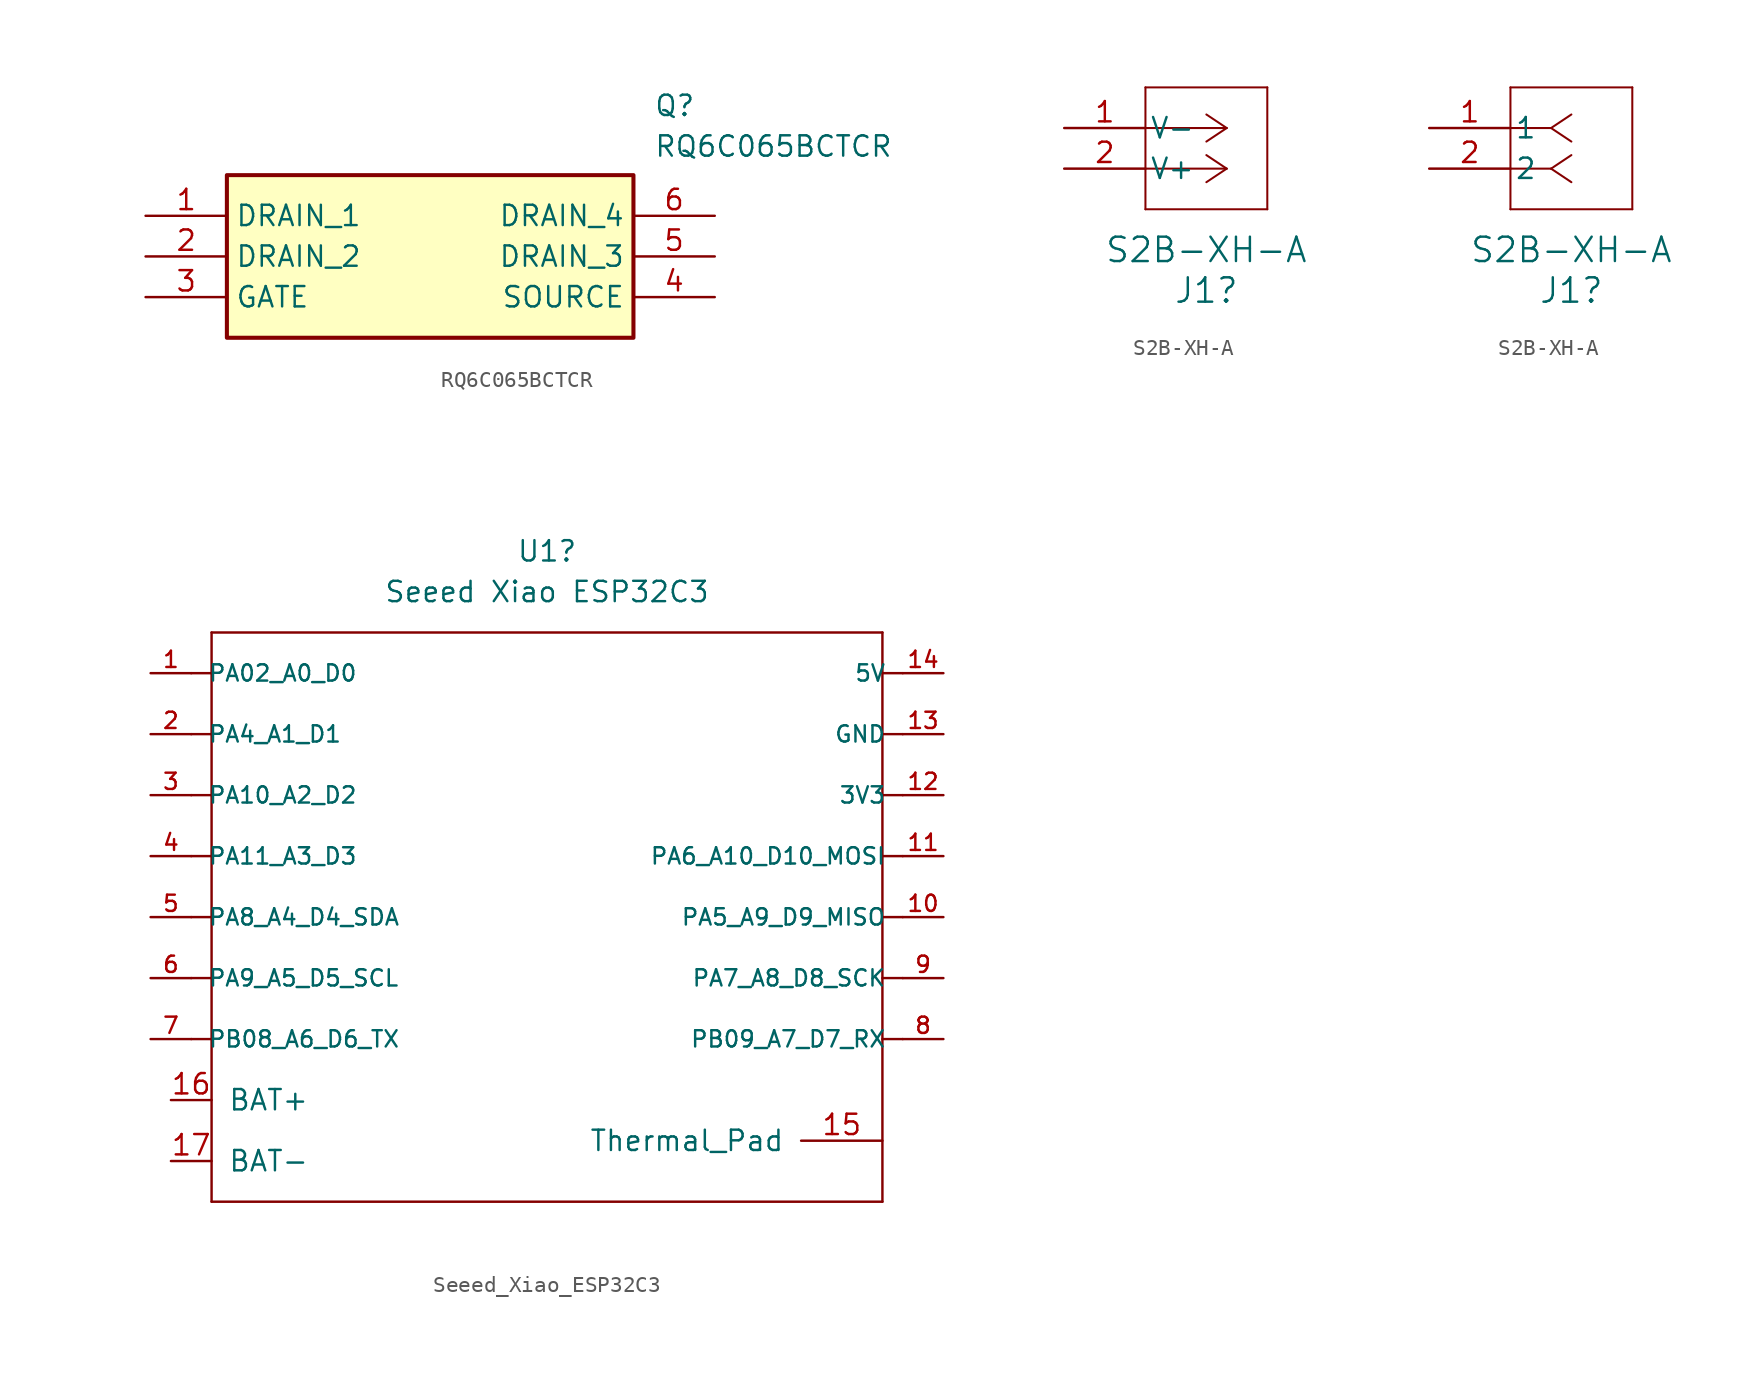
<source format=kicad_sym>
(kicad_symbol_lib
  (version 20231120)
  (generator "kicad_symbol_editor")
  (generator_version "8.0")
  (symbol "RQ6C065BCTCR"
    (property "Reference" "Q"
      (at 31.75 7.62 0)
      (effects (font (size 1.27 1.27)) (justify left top)))
    (property "Value" "RQ6C065BCTCR"
      (at 31.75 5.08 0)
      (effects (font (size 1.27 1.27)) (justify left top)))
    (symbol "RQ6C065BCTCR_1_1"
      (rectangle (start 5.08 2.54) (end 30.48 -7.62) (stroke (width 0.254) (type default)) (fill (type background)))
      (pin passive line (at 0 0 0) (length 5.08) (name "DRAIN_1" (effects (font (size 1.27 1.27)))) (number "1" (effects (font (size 1.27 1.27)))))
      (pin passive line (at 0 -2.54 0) (length 5.08) (name "DRAIN_2" (effects (font (size 1.27 1.27)))) (number "2" (effects (font (size 1.27 1.27)))))
      (pin passive line (at 0 -5.08 0) (length 5.08) (name "GATE" (effects (font (size 1.27 1.27)))) (number "3" (effects (font (size 1.27 1.27)))))
      (pin passive line (at 35.56 -5.08 180) (length 5.08) (name "SOURCE" (effects (font (size 1.27 1.27)))) (number "4" (effects (font (size 1.27 1.27)))))
      (pin passive line (at 35.56 -2.54 180) (length 5.08) (name "DRAIN_3" (effects (font (size 1.27 1.27)))) (number "5" (effects (font (size 1.27 1.27)))))
      (pin passive line (at 35.56 0 180) (length 5.08) (name "DRAIN_4" (effects (font (size 1.27 1.27)))) (number "6" (effects (font (size 1.27 1.27)))))))
  (symbol "S2B-XH-A"
    (pin_names
      (offset 0.254))
    (property "Reference" "J1"
      (at 8.89 -10.16 0)
      (effects (font (size 1.524 1.524))))
    (property "Value" "S2B-XH-A"
      (at 8.89 -7.62 0)
      (effects (font (size 1.524 1.524))))
    (property "ki_locked" ""
      (at 0 0 0)
      (effects (font (size 1.27 1.27))))
    (symbol "S2B-XH-A_1_1"
      (polyline (pts (xy 5.08 -5.08) (xy 12.7 -5.08)) (stroke (width 0.127) (type default)) (fill (type none)))
      (polyline (pts (xy 5.08 2.54) (xy 5.08 -5.08)) (stroke (width 0.127) (type default)) (fill (type none)))
      (polyline (pts (xy 10.16 -2.54) (xy 5.08 -2.54)) (stroke (width 0.127) (type default)) (fill (type none)))
      (polyline (pts (xy 10.16 -2.54) (xy 8.89 -3.387)) (stroke (width 0.127) (type default)) (fill (type none)))
      (polyline (pts (xy 10.16 -2.54) (xy 8.89 -1.693)) (stroke (width 0.127) (type default)) (fill (type none)))
      (polyline (pts (xy 10.16 0) (xy 5.08 0)) (stroke (width 0.127) (type default)) (fill (type none)))
      (polyline (pts (xy 10.16 0) (xy 8.89 -0.847)) (stroke (width 0.127) (type default)) (fill (type none)))
      (polyline (pts (xy 10.16 0) (xy 8.89 0.847)) (stroke (width 0.127) (type default)) (fill (type none)))
      (polyline (pts (xy 12.7 -5.08) (xy 12.7 2.54)) (stroke (width 0.127) (type default)) (fill (type none)))
      (polyline (pts (xy 12.7 2.54) (xy 5.08 2.54)) (stroke (width 0.127) (type default)) (fill (type none)))
      (pin power_out line (at 0 0 0) (length 5.08) (name "V-" (effects (font (size 1.27 1.27)))) (number "1" (effects (font (size 1.27 1.27)))))
      (pin power_out line (at 0 -2.54 0) (length 5.08) (name "V+" (effects (font (size 1.27 1.27)))) (number "2" (effects (font (size 1.27 1.27))))))
    (symbol "S2B-XH-A_1_2"
      (polyline (pts (xy 5.08 -5.08) (xy 12.7 -5.08)) (stroke (width 0.127) (type default)) (fill (type none)))
      (polyline (pts (xy 5.08 2.54) (xy 5.08 -5.08)) (stroke (width 0.127) (type default)) (fill (type none)))
      (polyline (pts (xy 7.62 -2.54) (xy 5.08 -2.54)) (stroke (width 0.127) (type default)) (fill (type none)))
      (polyline (pts (xy 7.62 -2.54) (xy 8.89 -3.387)) (stroke (width 0.127) (type default)) (fill (type none)))
      (polyline (pts (xy 7.62 -2.54) (xy 8.89 -1.693)) (stroke (width 0.127) (type default)) (fill (type none)))
      (polyline (pts (xy 7.62 0) (xy 5.08 0)) (stroke (width 0.127) (type default)) (fill (type none)))
      (polyline (pts (xy 7.62 0) (xy 8.89 -0.847)) (stroke (width 0.127) (type default)) (fill (type none)))
      (polyline (pts (xy 7.62 0) (xy 8.89 0.847)) (stroke (width 0.127) (type default)) (fill (type none)))
      (polyline (pts (xy 12.7 -5.08) (xy 12.7 2.54)) (stroke (width 0.127) (type default)) (fill (type none)))
      (polyline (pts (xy 12.7 2.54) (xy 5.08 2.54)) (stroke (width 0.127) (type default)) (fill (type none)))
      (pin unspecified line (at 0 0 0) (length 5.08) (name "1" (effects (font (size 1.27 1.27)))) (number "1" (effects (font (size 1.27 1.27)))))
      (pin unspecified line (at 0 -2.54 0) (length 5.08) (name "2" (effects (font (size 1.27 1.27)))) (number "2" (effects (font (size 1.27 1.27)))))))
  (symbol "Seeed_Xiao_ESP32C3"
    (pin_names
      (offset 1.016))
    (property "Reference" "U1"
      (at -0.635 19.05 0)
      (effects (font (size 1.27 1.27))))
    (property "Value" "Seeed Xiao ESP32C3"
      (at -0.635 16.51 0)
      (effects (font (size 1.27 1.27))))
    (symbol "Seeed_Xiao_ESP32C3_0_0"
      (polyline (pts (xy -21.59 -21.59) (xy -21.59 0)) (stroke (width 0.152) (type default)) (fill (type none)))
      (polyline (pts (xy -21.59 -11.43) (xy -22.86 -11.43)) (stroke (width 0.152) (type default)) (fill (type none)))
      (polyline (pts (xy -21.59 -7.62) (xy -22.86 -7.62)) (stroke (width 0.152) (type default)) (fill (type none)))
      (polyline (pts (xy -21.59 -3.81) (xy -22.86 -3.81)) (stroke (width 0.152) (type default)) (fill (type none)))
      (polyline (pts (xy -21.59 0) (xy -22.86 0)) (stroke (width 0.152) (type default)) (fill (type none)))
      (polyline (pts (xy -21.59 0) (xy -21.59 3.81)) (stroke (width 0.152) (type default)) (fill (type none)))
      (polyline (pts (xy -21.59 3.81) (xy -22.86 3.81)) (stroke (width 0.152) (type default)) (fill (type none)))
      (polyline (pts (xy -21.59 3.81) (xy -21.59 7.62)) (stroke (width 0.152) (type default)) (fill (type none)))
      (polyline (pts (xy -21.59 7.62) (xy -22.86 7.62)) (stroke (width 0.152) (type default)) (fill (type none)))
      (polyline (pts (xy -21.59 7.62) (xy -21.59 11.43)) (stroke (width 0.152) (type default)) (fill (type none)))
      (polyline (pts (xy -21.59 11.43) (xy -22.86 11.43)) (stroke (width 0.152) (type default)) (fill (type none)))
      (polyline (pts (xy -21.59 11.43) (xy -21.59 13.97)) (stroke (width 0.152) (type default)) (fill (type none)))
      (polyline (pts (xy -21.59 13.97) (xy 20.32 13.97)) (stroke (width 0.152) (type default)) (fill (type none)))
      (polyline (pts (xy 20.32 -21.59) (xy -21.59 -21.59)) (stroke (width 0.152) (type default)) (fill (type none)))
      (polyline (pts (xy 20.32 3.81) (xy 20.32 -21.59)) (stroke (width 0.152) (type default)) (fill (type none)))
      (polyline (pts (xy 20.32 7.62) (xy 20.32 3.81)) (stroke (width 0.152) (type default)) (fill (type none)))
      (polyline (pts (xy 20.32 11.43) (xy 20.32 7.62)) (stroke (width 0.152) (type default)) (fill (type none)))
      (polyline (pts (xy 20.32 13.97) (xy 20.32 11.43)) (stroke (width 0.152) (type default)) (fill (type none)))
      (polyline (pts (xy 21.59 -11.43) (xy 20.32 -11.43)) (stroke (width 0.152) (type default)) (fill (type none)))
      (polyline (pts (xy 21.59 -7.62) (xy 20.32 -7.62)) (stroke (width 0.152) (type default)) (fill (type none)))
      (polyline (pts (xy 21.59 -3.81) (xy 20.32 -3.81)) (stroke (width 0.152) (type default)) (fill (type none)))
      (polyline (pts (xy 21.59 0) (xy 20.32 0)) (stroke (width 0.152) (type default)) (fill (type none)))
      (polyline (pts (xy 21.59 3.81) (xy 20.32 3.81)) (stroke (width 0.152) (type default)) (fill (type none)))
      (polyline (pts (xy 21.59 7.62) (xy 20.32 7.62)) (stroke (width 0.152) (type default)) (fill (type none)))
      (polyline (pts (xy 21.59 11.43) (xy 20.32 11.43)) (stroke (width 0.152) (type default)) (fill (type none)))
      (pin bidirectional line (at -25.4 11.43 0) (length 2.54) (name "PA02_A0_D0" (effects (font (size 1.016 1.016)))) (number "1" (effects (font (size 1.016 1.016)))))
      (pin bidirectional line (at 24.13 -3.81 180) (length 2.54) (name "PA5_A9_D9_MISO" (effects (font (size 1.016 1.016)))) (number "10" (effects (font (size 1.016 1.016)))))
      (pin bidirectional line (at 24.13 0 180) (length 2.54) (name "PA6_A10_D10_MOSI" (effects (font (size 1.016 1.016)))) (number "11" (effects (font (size 1.016 1.016)))))
      (pin bidirectional line (at 24.13 3.81 180) (length 2.54) (name "3V3" (effects (font (size 1.016 1.016)))) (number "12" (effects (font (size 1.016 1.016)))))
      (pin bidirectional line (at 24.13 7.62 180) (length 2.54) (name "GND" (effects (font (size 1.016 1.016)))) (number "13" (effects (font (size 1.016 1.016)))))
      (pin bidirectional line (at 24.13 11.43 180) (length 2.54) (name "5V" (effects (font (size 1.016 1.016)))) (number "14" (effects (font (size 1.016 1.016)))))
      (pin bidirectional line (at -25.4 7.62 0) (length 2.54) (name "PA4_A1_D1" (effects (font (size 1.016 1.016)))) (number "2" (effects (font (size 1.016 1.016)))))
      (pin bidirectional line (at -25.4 3.81 0) (length 2.54) (name "PA10_A2_D2" (effects (font (size 1.016 1.016)))) (number "3" (effects (font (size 1.016 1.016)))))
      (pin bidirectional line (at -25.4 0 0) (length 2.54) (name "PA11_A3_D3" (effects (font (size 1.016 1.016)))) (number "4" (effects (font (size 1.016 1.016)))))
      (pin bidirectional line (at -25.4 -3.81 0) (length 2.54) (name "PA8_A4_D4_SDA" (effects (font (size 1.016 1.016)))) (number "5" (effects (font (size 1.016 1.016)))))
      (pin bidirectional line (at -25.4 -7.62 0) (length 2.54) (name "PA9_A5_D5_SCL" (effects (font (size 1.016 1.016)))) (number "6" (effects (font (size 1.016 1.016)))))
      (pin bidirectional line (at -25.4 -11.43 0) (length 2.54) (name "PB08_A6_D6_TX" (effects (font (size 1.016 1.016)))) (number "7" (effects (font (size 1.016 1.016)))))
      (pin bidirectional line (at 24.13 -11.43 180) (length 2.54) (name "PB09_A7_D7_RX" (effects (font (size 1.016 1.016)))) (number "8" (effects (font (size 1.016 1.016)))))
      (pin bidirectional line (at 24.13 -7.62 180) (length 2.54) (name "PA7_A8_D8_SCK" (effects (font (size 1.016 1.016)))) (number "9" (effects (font (size 1.016 1.016))))))
    (symbol "Seeed_Xiao_ESP32C3_1_1"
      (pin power_in line (at 20.32 -17.78 180) (length 5.08) (name "Thermal_Pad" (effects (font (size 1.27 1.27)))) (number "15" (effects (font (size 1.27 1.27)))))
      (pin power_in line (at -24.13 -15.24 0) (length 2.54) (name "BAT+" (effects (font (size 1.27 1.27)))) (number "16" (effects (font (size 1.27 1.27)))))
      (pin power_in line (at -24.13 -19.05 0) (length 2.54) (name "BAT-" (effects (font (size 1.27 1.27)))) (number "17" (effects (font (size 1.27 1.27))))))))
</source>
